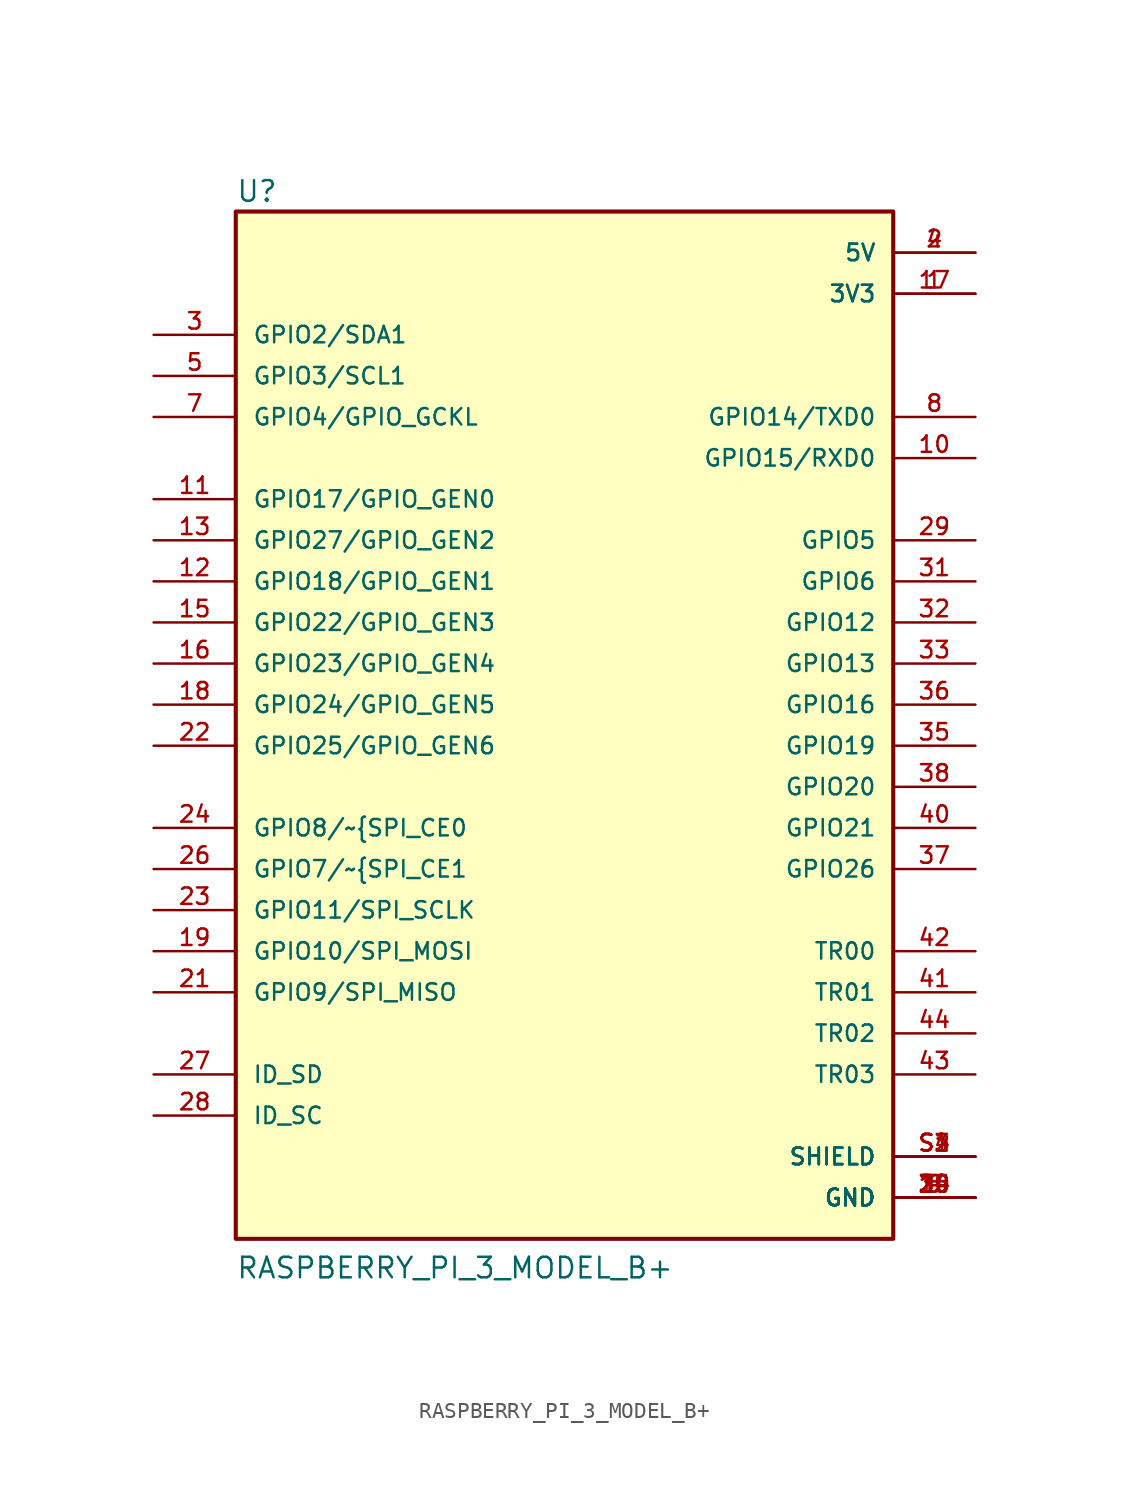
<source format=kicad_sym>
(kicad_symbol_lib
  (version 20211014)
  (generator kicad_symbol_editor)
  (symbol "RASPBERRY_PI_3_MODEL_B+"
    (pin_names
      (offset 1.016))
    (property "Reference" "U"
      (at -20.32 33.528 0)
      (effects (font (size 1.27 1.27)) (justify bottom left)))
    (property "Value" "RASPBERRY_PI_3_MODEL_B+"
      (at -20.32 -33.02 0)
      (effects (font (size 1.27 1.27)) (justify bottom left)))
    (symbol "RASPBERRY_PI_3_MODEL_B+_0_0"
      (rectangle (start -20.32 -30.48) (end 20.32 33.02) (stroke (width 0.254)) (fill (type background)))
      (pin power_in line (at 25.4 30.48 180.0) (length 5.08) (name "5V" (effects (font (size 1.016 1.016)))) (number "2" (effects (font (size 1.016 1.016)))))
      (pin power_in line (at 25.4 30.48 180.0) (length 5.08) (name "5V" (effects (font (size 1.016 1.016)))) (number "4" (effects (font (size 1.016 1.016)))))
      (pin power_in line (at 25.4 27.94 180.0) (length 5.08) (name "3V3" (effects (font (size 1.016 1.016)))) (number "1" (effects (font (size 1.016 1.016)))))
      (pin power_in line (at 25.4 27.94 180.0) (length 5.08) (name "3V3" (effects (font (size 1.016 1.016)))) (number "17" (effects (font (size 1.016 1.016)))))
      (pin bidirectional line (at -25.4 25.4 0) (length 5.08) (name "GPIO2/SDA1" (effects (font (size 1.016 1.016)))) (number "3" (effects (font (size 1.016 1.016)))))
      (pin bidirectional line (at -25.4 22.86 0) (length 5.08) (name "GPIO3/SCL1" (effects (font (size 1.016 1.016)))) (number "5" (effects (font (size 1.016 1.016)))))
      (pin bidirectional line (at -25.4 20.32 0) (length 5.08) (name "GPIO4/GPIO_GCKL" (effects (font (size 1.016 1.016)))) (number "7" (effects (font (size 1.016 1.016)))))
      (pin bidirectional line (at 25.4 20.32 180.0) (length 5.08) (name "GPIO14/TXD0" (effects (font (size 1.016 1.016)))) (number "8" (effects (font (size 1.016 1.016)))))
      (pin power_in line (at 25.4 -27.94 180.0) (length 5.08) (name "GND" (effects (font (size 1.016 1.016)))) (number "6" (effects (font (size 1.016 1.016)))))
      (pin power_in line (at 25.4 -27.94 180.0) (length 5.08) (name "GND" (effects (font (size 1.016 1.016)))) (number "9" (effects (font (size 1.016 1.016)))))
      (pin power_in line (at 25.4 -27.94 180.0) (length 5.08) (name "GND" (effects (font (size 1.016 1.016)))) (number "14" (effects (font (size 1.016 1.016)))))
      (pin power_in line (at 25.4 -27.94 180.0) (length 5.08) (name "GND" (effects (font (size 1.016 1.016)))) (number "20" (effects (font (size 1.016 1.016)))))
      (pin power_in line (at 25.4 -27.94 180.0) (length 5.08) (name "GND" (effects (font (size 1.016 1.016)))) (number "25" (effects (font (size 1.016 1.016)))))
      (pin power_in line (at 25.4 -27.94 180.0) (length 5.08) (name "GND" (effects (font (size 1.016 1.016)))) (number "30" (effects (font (size 1.016 1.016)))))
      (pin power_in line (at 25.4 -27.94 180.0) (length 5.08) (name "GND" (effects (font (size 1.016 1.016)))) (number "34" (effects (font (size 1.016 1.016)))))
      (pin power_in line (at 25.4 -27.94 180.0) (length 5.08) (name "GND" (effects (font (size 1.016 1.016)))) (number "39" (effects (font (size 1.016 1.016)))))
      (pin bidirectional line (at 25.4 17.78 180.0) (length 5.08) (name "GPIO15/RXD0" (effects (font (size 1.016 1.016)))) (number "10" (effects (font (size 1.016 1.016)))))
      (pin bidirectional line (at -25.4 15.24 0) (length 5.08) (name "GPIO17/GPIO_GEN0" (effects (font (size 1.016 1.016)))) (number "11" (effects (font (size 1.016 1.016)))))
      (pin bidirectional line (at -25.4 10.16 0) (length 5.08) (name "GPIO18/GPIO_GEN1" (effects (font (size 1.016 1.016)))) (number "12" (effects (font (size 1.016 1.016)))))
      (pin bidirectional line (at -25.4 12.7 0) (length 5.08) (name "GPIO27/GPIO_GEN2" (effects (font (size 1.016 1.016)))) (number "13" (effects (font (size 1.016 1.016)))))
      (pin bidirectional line (at -25.4 7.62 0) (length 5.08) (name "GPIO22/GPIO_GEN3" (effects (font (size 1.016 1.016)))) (number "15" (effects (font (size 1.016 1.016)))))
      (pin bidirectional line (at -25.4 5.08 0) (length 5.08) (name "GPIO23/GPIO_GEN4" (effects (font (size 1.016 1.016)))) (number "16" (effects (font (size 1.016 1.016)))))
      (pin bidirectional line (at -25.4 2.54 0) (length 5.08) (name "GPIO24/GPIO_GEN5" (effects (font (size 1.016 1.016)))) (number "18" (effects (font (size 1.016 1.016)))))
      (pin bidirectional line (at -25.4 -12.7 0) (length 5.08) (name "GPIO10/SPI_MOSI" (effects (font (size 1.016 1.016)))) (number "19" (effects (font (size 1.016 1.016)))))
      (pin bidirectional line (at -25.4 -15.24 0) (length 5.08) (name "GPIO9/SPI_MISO" (effects (font (size 1.016 1.016)))) (number "21" (effects (font (size 1.016 1.016)))))
      (pin bidirectional line (at -25.4 0.0 0) (length 5.08) (name "GPIO25/GPIO_GEN6" (effects (font (size 1.016 1.016)))) (number "22" (effects (font (size 1.016 1.016)))))
      (pin bidirectional line (at -25.4 -10.16 0) (length 5.08) (name "GPIO11/SPI_SCLK" (effects (font (size 1.016 1.016)))) (number "23" (effects (font (size 1.016 1.016)))))
      (pin bidirectional line (at -25.4 -5.08 0) (length 5.08) (name "GPIO8/~{SPI_CE0~{}" (effects (font (size 1.016 1.016)))) (number "24" (effects (font (size 1.016 1.016)))))
      (pin bidirectional line (at -25.4 -7.62 0) (length 5.08) (name "GPIO7/~{SPI_CE1~{}" (effects (font (size 1.016 1.016)))) (number "26" (effects (font (size 1.016 1.016)))))
      (pin bidirectional line (at -25.4 -20.32 0) (length 5.08) (name "ID_SD" (effects (font (size 1.016 1.016)))) (number "27" (effects (font (size 1.016 1.016)))))
      (pin bidirectional line (at -25.4 -22.86 0) (length 5.08) (name "ID_SC" (effects (font (size 1.016 1.016)))) (number "28" (effects (font (size 1.016 1.016)))))
      (pin bidirectional line (at 25.4 12.7 180.0) (length 5.08) (name "GPIO5" (effects (font (size 1.016 1.016)))) (number "29" (effects (font (size 1.016 1.016)))))
      (pin bidirectional line (at 25.4 10.16 180.0) (length 5.08) (name "GPIO6" (effects (font (size 1.016 1.016)))) (number "31" (effects (font (size 1.016 1.016)))))
      (pin bidirectional line (at 25.4 7.62 180.0) (length 5.08) (name "GPIO12" (effects (font (size 1.016 1.016)))) (number "32" (effects (font (size 1.016 1.016)))))
      (pin bidirectional line (at 25.4 5.08 180.0) (length 5.08) (name "GPIO13" (effects (font (size 1.016 1.016)))) (number "33" (effects (font (size 1.016 1.016)))))
      (pin bidirectional line (at 25.4 0.0 180.0) (length 5.08) (name "GPIO19" (effects (font (size 1.016 1.016)))) (number "35" (effects (font (size 1.016 1.016)))))
      (pin bidirectional line (at 25.4 2.54 180.0) (length 5.08) (name "GPIO16" (effects (font (size 1.016 1.016)))) (number "36" (effects (font (size 1.016 1.016)))))
      (pin bidirectional line (at 25.4 -7.62 180.0) (length 5.08) (name "GPIO26" (effects (font (size 1.016 1.016)))) (number "37" (effects (font (size 1.016 1.016)))))
      (pin bidirectional line (at 25.4 -2.54 180.0) (length 5.08) (name "GPIO20" (effects (font (size 1.016 1.016)))) (number "38" (effects (font (size 1.016 1.016)))))
      (pin bidirectional line (at 25.4 -5.08 180.0) (length 5.08) (name "GPIO21" (effects (font (size 1.016 1.016)))) (number "40" (effects (font (size 1.016 1.016)))))
      (pin power_in line (at 25.4 -25.4 180.0) (length 5.08) (name "SHIELD" (effects (font (size 1.016 1.016)))) (number "S1" (effects (font (size 1.016 1.016)))))
      (pin power_in line (at 25.4 -25.4 180.0) (length 5.08) (name "SHIELD" (effects (font (size 1.016 1.016)))) (number "S2" (effects (font (size 1.016 1.016)))))
      (pin power_in line (at 25.4 -25.4 180.0) (length 5.08) (name "SHIELD" (effects (font (size 1.016 1.016)))) (number "S3" (effects (font (size 1.016 1.016)))))
      (pin power_in line (at 25.4 -25.4 180.0) (length 5.08) (name "SHIELD" (effects (font (size 1.016 1.016)))) (number "S4" (effects (font (size 1.016 1.016)))))
      (pin bidirectional line (at 25.4 -17.78 180.0) (length 5.08) (name "TR02" (effects (font (size 1.016 1.016)))) (number "44" (effects (font (size 1.016 1.016)))))
      (pin bidirectional line (at 25.4 -15.24 180.0) (length 5.08) (name "TR01" (effects (font (size 1.016 1.016)))) (number "41" (effects (font (size 1.016 1.016)))))
      (pin bidirectional line (at 25.4 -12.7 180.0) (length 5.08) (name "TR00" (effects (font (size 1.016 1.016)))) (number "42" (effects (font (size 1.016 1.016)))))
      (pin bidirectional line (at 25.4 -20.32 180.0) (length 5.08) (name "TR03" (effects (font (size 1.016 1.016)))) (number "43" (effects (font (size 1.016 1.016))))))))
</source>
